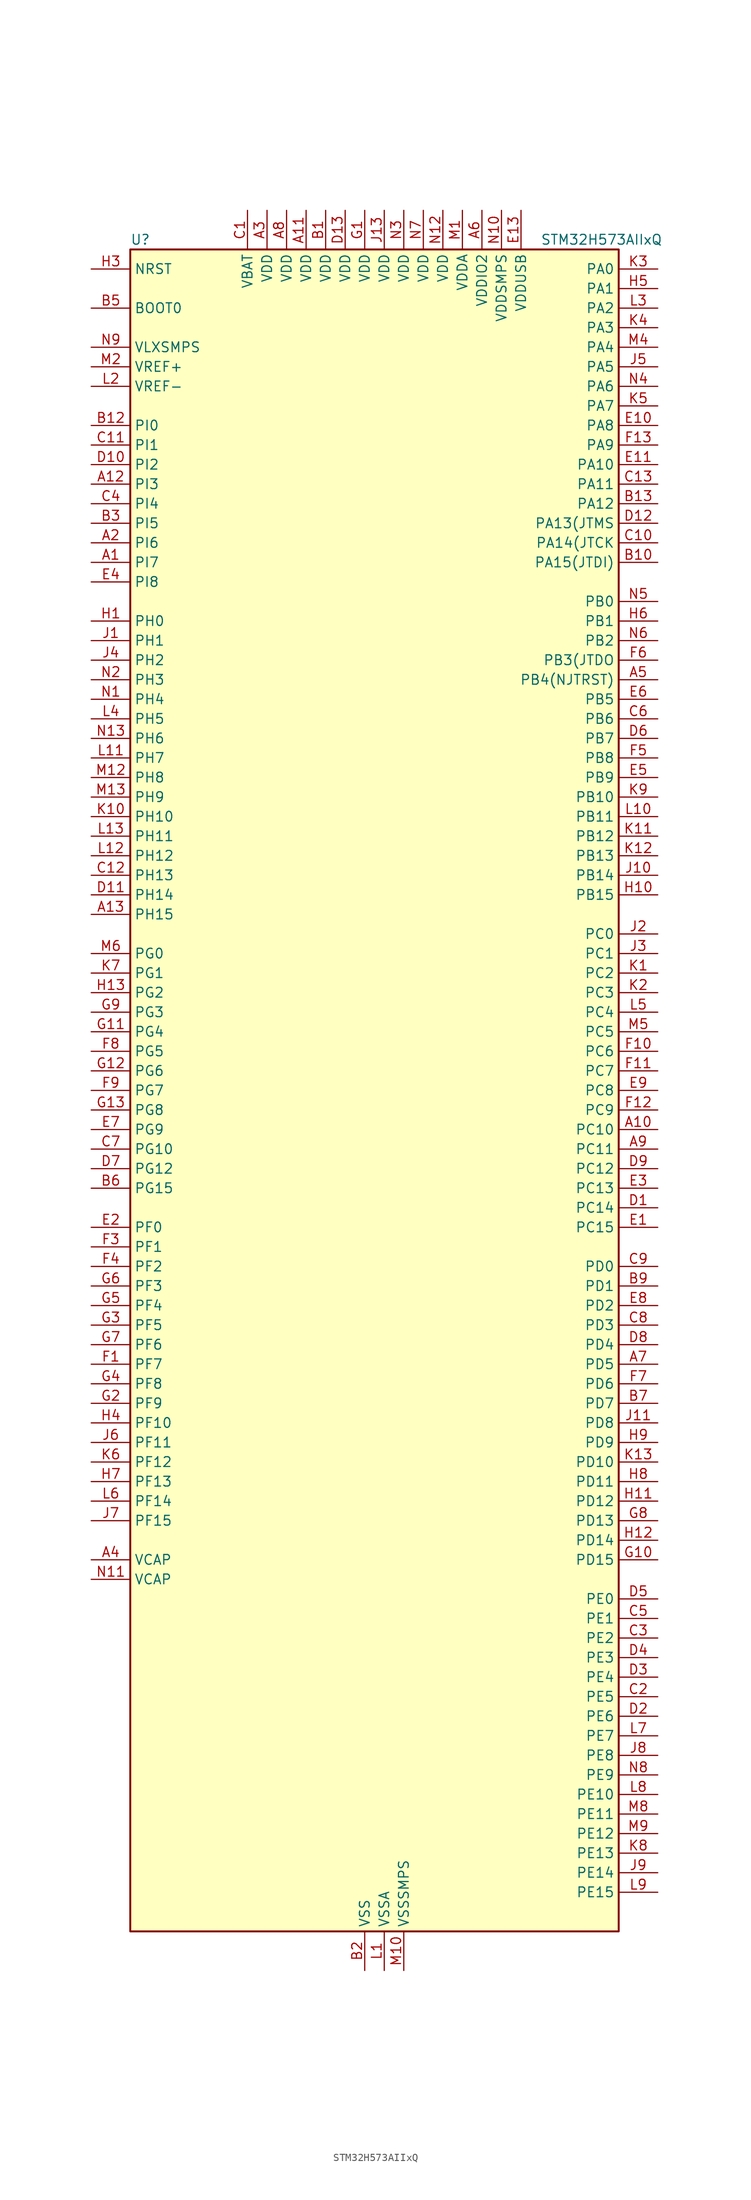
<source format=kicad_sym>
(kicad_symbol_lib
  (version 20231120)
  (generator "kicad-library-utils")
  (generator_version "8.0")
  (symbol "STM32H573AIIxQ"
    (property "Reference" "U"
      (at -30.48 110.49 0)
      (effects (font (size 1.27 1.27)) (justify left)))
    (property "Value" "STM32H573AIIxQ"
      (at 22.86 110.49 0)
      (effects (font (size 1.27 1.27)) (justify left)))
    (symbol "STM32H573AIIxQ_0_1"
      (rectangle (start -30.48 -109.22) (end 33.02 109.22) (stroke (width 0.254) (type default)) (fill (type background))))
    (symbol "STM32H573AIIxQ_1_1"
      (pin bidirectional line (at -35.56 68.58 0) (length 5.08) (name "PI7" (effects (font (size 1.27 1.27)))) (number "A1" (effects (font (size 1.27 1.27)))) (alternate "DCMI_D7" bidirectional line) (alternate "PSSI_D7" bidirectional line) (alternate "SAI2_FS_A" bidirectional line) (alternate "TIM8_CH3" bidirectional line))
      (pin bidirectional line (at 38.1 -5.08 180) (length 5.08) (name "PC10" (effects (font (size 1.27 1.27)))) (number "A10" (effects (font (size 1.27 1.27)))) (alternate "DCMI_D8" bidirectional line) (alternate "ETH_TXD0" bidirectional line) (alternate "I2S3_CK" bidirectional line) (alternate "LPTIM3_ETR" bidirectional line) (alternate "OCTOSPI1_IO1" bidirectional line) (alternate "PSSI_D8" bidirectional line) (alternate "SDMMC1_D2" bidirectional line) (alternate "SPI3_SCK" bidirectional line) (alternate "UART4_TX" bidirectional line) (alternate "USART3_TX" bidirectional line))
      (pin power_in line (at -7.62 114.3 270) (length 5.08) (name "VDD" (effects (font (size 1.27 1.27)))) (number "A11" (effects (font (size 1.27 1.27)))))
      (pin bidirectional line (at -35.56 78.74 0) (length 5.08) (name "PI3" (effects (font (size 1.27 1.27)))) (number "A12" (effects (font (size 1.27 1.27)))) (alternate "DCMI_D10" bidirectional line) (alternate "I2S2_SDO" bidirectional line) (alternate "PSSI_D10" bidirectional line) (alternate "SPI2_MOSI" bidirectional line) (alternate "TIM8_ETR" bidirectional line))
      (pin bidirectional line (at -35.56 22.86 0) (length 5.08) (name "PH15" (effects (font (size 1.27 1.27)))) (number "A13" (effects (font (size 1.27 1.27)))) (alternate "ADC1_EXTI15" bidirectional line) (alternate "ADC2_EXTI15" bidirectional line) (alternate "DCMI_D11" bidirectional line) (alternate "PSSI_D11" bidirectional line) (alternate "TIM8_CH3N" bidirectional line))
      (pin bidirectional line (at -35.56 71.12 0) (length 5.08) (name "PI6" (effects (font (size 1.27 1.27)))) (number "A2" (effects (font (size 1.27 1.27)))) (alternate "DCMI_D6" bidirectional line) (alternate "PSSI_D6" bidirectional line) (alternate "SAI2_SD_A" bidirectional line) (alternate "TIM8_CH2" bidirectional line))
      (pin power_in line (at -12.7 114.3 270) (length 5.08) (name "VDD" (effects (font (size 1.27 1.27)))) (number "A3" (effects (font (size 1.27 1.27)))))
      (pin power_out line (at -35.56 -60.96 0) (length 5.08) (name "VCAP" (effects (font (size 1.27 1.27)))) (number "A4" (effects (font (size 1.27 1.27)))))
      (pin bidirectional line (at 38.1 53.34 180) (length 5.08) (name "PB4(NJTRST)" (effects (font (size 1.27 1.27)))) (number "A5" (effects (font (size 1.27 1.27)))) (alternate "DCMI_D7" bidirectional line) (alternate "DEBUG_JTRST" bidirectional line) (alternate "I2S1_SDI" bidirectional line) (alternate "I2S2_WS" bidirectional line) (alternate "I2S3_SDI" bidirectional line) (alternate "LPTIM1_CH2" bidirectional line) (alternate "OCTOSPI1_CLK" bidirectional line) (alternate "PSSI_D7" bidirectional line) (alternate "SDMMC2_D3" bidirectional line) (alternate "SPI1_MISO" bidirectional line) (alternate "SPI2_NSS" bidirectional line) (alternate "SPI3_MISO" bidirectional line) (alternate "SPI6_MISO" bidirectional line) (alternate "TIM16_BKIN" bidirectional line) (alternate "TIM3_CH1" bidirectional line) (alternate "UART7_TX" bidirectional line))
      (pin power_in line (at 15.24 114.3 270) (length 5.08) (name "VDDIO2" (effects (font (size 1.27 1.27)))) (number "A6" (effects (font (size 1.27 1.27)))))
      (pin bidirectional line (at 38.1 -35.56 180) (length 5.08) (name "PD5" (effects (font (size 1.27 1.27)))) (number "A7" (effects (font (size 1.27 1.27)))) (alternate "FDCAN1_TX" bidirectional line) (alternate "FMC_NWE" bidirectional line) (alternate "OCTOSPI1_IO5" bidirectional line) (alternate "SPI2_RDY" bidirectional line) (alternate "TIM1_CH4N" bidirectional line) (alternate "USART2_TX" bidirectional line))
      (pin power_in line (at -10.16 114.3 270) (length 5.08) (name "VDD" (effects (font (size 1.27 1.27)))) (number "A8" (effects (font (size 1.27 1.27)))))
      (pin bidirectional line (at 38.1 -7.62 180) (length 5.08) (name "PC11" (effects (font (size 1.27 1.27)))) (number "A9" (effects (font (size 1.27 1.27)))) (alternate "ADC1_EXTI11" bidirectional line) (alternate "ADC2_EXTI11" bidirectional line) (alternate "DCMI_D4" bidirectional line) (alternate "I2S3_SDI" bidirectional line) (alternate "LPTIM3_IN1" bidirectional line) (alternate "OCTOSPI1_NCS" bidirectional line) (alternate "PSSI_D4" bidirectional line) (alternate "SDMMC1_D3" bidirectional line) (alternate "SPI3_MISO" bidirectional line) (alternate "UART4_RX" bidirectional line) (alternate "USART3_RX" bidirectional line))
      (pin power_in line (at -5.08 114.3 270) (length 5.08) (name "VDD" (effects (font (size 1.27 1.27)))) (number "B1" (effects (font (size 1.27 1.27)))))
      (pin bidirectional line (at 38.1 68.58 180) (length 5.08) (name "PA15(JTDI)" (effects (font (size 1.27 1.27)))) (number "B10" (effects (font (size 1.27 1.27)))) (alternate "ADC1_EXTI15" bidirectional line) (alternate "ADC2_EXTI15" bidirectional line) (alternate "CEC" bidirectional line) (alternate "DCMI_D11" bidirectional line) (alternate "DEBUG_JTDI" bidirectional line) (alternate "FMC_NBL1" bidirectional line) (alternate "I2S1_WS" bidirectional line) (alternate "I2S3_WS" bidirectional line) (alternate "LPTIM3_IN2" bidirectional line) (alternate "PSSI_D11" bidirectional line) (alternate "SPI1_NSS" bidirectional line) (alternate "SPI3_NSS" bidirectional line) (alternate "SPI6_NSS" bidirectional line) (alternate "TIM2_CH1" bidirectional line) (alternate "TIM2_ETR" bidirectional line) (alternate "UART4_DE" bidirectional line) (alternate "UART4_RTS" bidirectional line) (alternate "UART7_TX" bidirectional line))
      (pin passive line (at 0 -114.3 90) (length 5.08) hide (name "VSS" (effects (font (size 1.27 1.27)))) (number "B11" (effects (font (size 1.27 1.27)))))
      (pin bidirectional line (at -35.56 86.36 0) (length 5.08) (name "PI0" (effects (font (size 1.27 1.27)))) (number "B12" (effects (font (size 1.27 1.27)))) (alternate "DCMI_D13" bidirectional line) (alternate "I2S2_WS" bidirectional line) (alternate "PSSI_D13" bidirectional line) (alternate "SPI2_NSS" bidirectional line) (alternate "TIM5_CH4" bidirectional line))
      (pin bidirectional line (at 38.1 76.2 180) (length 5.08) (name "PA12" (effects (font (size 1.27 1.27)))) (number "B13" (effects (font (size 1.27 1.27)))) (alternate "FDCAN1_TX" bidirectional line) (alternate "I2S2_CK" bidirectional line) (alternate "LPUART1_RTS" bidirectional line) (alternate "SAI2_FS_B" bidirectional line) (alternate "SPI2_SCK" bidirectional line) (alternate "TIM1_ETR" bidirectional line) (alternate "UART4_TX" bidirectional line) (alternate "USART1_RTS" bidirectional line) (alternate "USB_DP" bidirectional line))
      (pin power_in line (at 0 -114.3 90) (length 5.08) (name "VSS" (effects (font (size 1.27 1.27)))) (number "B2" (effects (font (size 1.27 1.27)))))
      (pin bidirectional line (at -35.56 73.66 0) (length 5.08) (name "PI5" (effects (font (size 1.27 1.27)))) (number "B3" (effects (font (size 1.27 1.27)))) (alternate "DCMI_VSYNC" bidirectional line) (alternate "PSSI_RDY" bidirectional line) (alternate "SAI2_SCK_A" bidirectional line) (alternate "TIM8_CH1" bidirectional line))
      (pin passive line (at 0 -114.3 90) (length 5.08) hide (name "VSS" (effects (font (size 1.27 1.27)))) (number "B4" (effects (font (size 1.27 1.27)))))
      (pin input line (at -35.56 101.6 0) (length 5.08) (name "BOOT0" (effects (font (size 1.27 1.27)))) (number "B5" (effects (font (size 1.27 1.27)))))
      (pin bidirectional line (at -35.56 -12.7 0) (length 5.08) (name "PG15" (effects (font (size 1.27 1.27)))) (number "B6" (effects (font (size 1.27 1.27)))) (alternate "ADC1_EXTI15" bidirectional line) (alternate "ADC2_EXTI15" bidirectional line) (alternate "DCMI_D13" bidirectional line) (alternate "FMC_SDNCAS" bidirectional line) (alternate "PSSI_D13" bidirectional line) (alternate "SPI4_RDY" bidirectional line) (alternate "USART10_CK" bidirectional line) (alternate "USART6_CTS" bidirectional line) (alternate "USART6_NSS" bidirectional line))
      (pin bidirectional line (at 38.1 -40.64 180) (length 5.08) (name "PD7" (effects (font (size 1.27 1.27)))) (number "B7" (effects (font (size 1.27 1.27)))) (alternate "FMC_NCE" bidirectional line) (alternate "FMC_NE1" bidirectional line) (alternate "I2S1_SDO" bidirectional line) (alternate "LPTIM4_OUT" bidirectional line) (alternate "OCTOSPI1_IO7" bidirectional line) (alternate "SDMMC2_CMD" bidirectional line) (alternate "SPI1_MOSI" bidirectional line) (alternate "USART2_CK" bidirectional line))
      (pin passive line (at 0 -114.3 90) (length 5.08) hide (name "VSS" (effects (font (size 1.27 1.27)))) (number "B8" (effects (font (size 1.27 1.27)))))
      (pin bidirectional line (at 38.1 -25.4 180) (length 5.08) (name "PD1" (effects (font (size 1.27 1.27)))) (number "B9" (effects (font (size 1.27 1.27)))) (alternate "FDCAN1_TX" bidirectional line) (alternate "FMC_D3" bidirectional line) (alternate "FMC_DA3" bidirectional line) (alternate "UART4_TX" bidirectional line))
      (pin power_in line (at -15.24 114.3 270) (length 5.08) (name "VBAT" (effects (font (size 1.27 1.27)))) (number "C1" (effects (font (size 1.27 1.27)))))
      (pin bidirectional line (at 38.1 71.12 180) (length 5.08) (name "PA14(JTCK" (effects (font (size 1.27 1.27)))) (number "C10" (effects (font (size 1.27 1.27)))) (alternate "DEBUG_JTCK-SWCLK" bidirectional line))
      (pin bidirectional line (at -35.56 83.82 0) (length 5.08) (name "PI1" (effects (font (size 1.27 1.27)))) (number "C11" (effects (font (size 1.27 1.27)))) (alternate "DCMI_D8" bidirectional line) (alternate "I2S2_CK" bidirectional line) (alternate "PSSI_D8" bidirectional line) (alternate "SPI2_SCK" bidirectional line) (alternate "TIM8_BKIN2" bidirectional line))
      (pin bidirectional line (at -35.56 27.94 0) (length 5.08) (name "PH13" (effects (font (size 1.27 1.27)))) (number "C12" (effects (font (size 1.27 1.27)))) (alternate "DCMI_D3" bidirectional line) (alternate "FDCAN1_TX" bidirectional line) (alternate "LPTIM1_IN2" bidirectional line) (alternate "PSSI_D3" bidirectional line) (alternate "TIM8_CH1N" bidirectional line) (alternate "UART4_TX" bidirectional line) (alternate "UART8_TX" bidirectional line))
      (pin bidirectional line (at 38.1 78.74 180) (length 5.08) (name "PA11" (effects (font (size 1.27 1.27)))) (number "C13" (effects (font (size 1.27 1.27)))) (alternate "ADC1_EXTI11" bidirectional line) (alternate "ADC2_EXTI11" bidirectional line) (alternate "FDCAN1_RX" bidirectional line) (alternate "I2S2_WS" bidirectional line) (alternate "LPUART1_CTS" bidirectional line) (alternate "SPI2_NSS" bidirectional line) (alternate "TIM1_CH4" bidirectional line) (alternate "UART4_RX" bidirectional line) (alternate "USART1_CTS" bidirectional line) (alternate "USART1_NSS" bidirectional line) (alternate "USB_DM" bidirectional line))
      (pin bidirectional line (at 38.1 -78.74 180) (length 5.08) (name "PE5" (effects (font (size 1.27 1.27)))) (number "C2" (effects (font (size 1.27 1.27)))) (alternate "DCMI_D6" bidirectional line) (alternate "DEBUG_TRACED2" bidirectional line) (alternate "FMC_A21" bidirectional line) (alternate "PSSI_D6" bidirectional line) (alternate "SAI1_CK2" bidirectional line) (alternate "SAI1_SCK_A" bidirectional line) (alternate "SPI4_MISO" bidirectional line) (alternate "TAMP_IN8" bidirectional line) (alternate "TAMP_OUT7" bidirectional line) (alternate "TIM15_CH1" bidirectional line))
      (pin bidirectional line (at 38.1 -71.12 180) (length 5.08) (name "PE2" (effects (font (size 1.27 1.27)))) (number "C3" (effects (font (size 1.27 1.27)))) (alternate "DCMI_D3" bidirectional line) (alternate "DEBUG_TRACECLK" bidirectional line) (alternate "ETH_TXD3" bidirectional line) (alternate "FMC_A23" bidirectional line) (alternate "LPTIM1_IN2" bidirectional line) (alternate "OCTOSPI1_IO2" bidirectional line) (alternate "PSSI_D3" bidirectional line) (alternate "SAI1_CK1" bidirectional line) (alternate "SAI1_MCLK_A" bidirectional line) (alternate "SPI4_SCK" bidirectional line) (alternate "UART8_TX" bidirectional line) (alternate "USART10_RX" bidirectional line))
      (pin bidirectional line (at -35.56 76.2 0) (length 5.08) (name "PI4" (effects (font (size 1.27 1.27)))) (number "C4" (effects (font (size 1.27 1.27)))) (alternate "DCMI_D5" bidirectional line) (alternate "PSSI_D5" bidirectional line) (alternate "SAI2_MCLK_A" bidirectional line) (alternate "SPI2_RDY" bidirectional line) (alternate "TIM8_BKIN" bidirectional line))
      (pin bidirectional line (at 38.1 -68.58 180) (length 5.08) (name "PE1" (effects (font (size 1.27 1.27)))) (number "C5" (effects (font (size 1.27 1.27)))) (alternate "DCMI_D3" bidirectional line) (alternate "FDCAN1_TX" bidirectional line) (alternate "FMC_NBL1" bidirectional line) (alternate "LPTIM1_IN2" bidirectional line) (alternate "PSSI_D3" bidirectional line) (alternate "UART8_TX" bidirectional line))
      (pin bidirectional line (at 38.1 48.26 180) (length 5.08) (name "PB6" (effects (font (size 1.27 1.27)))) (number "C6" (effects (font (size 1.27 1.27)))) (alternate "CEC" bidirectional line) (alternate "DCMI_D5" bidirectional line) (alternate "FDCAN2_TX" bidirectional line) (alternate "FMC_SDNE1" bidirectional line) (alternate "I2C1_SCL" bidirectional line) (alternate "I2C4_SCL" bidirectional line) (alternate "I3C1_SCL" bidirectional line) (alternate "LPUART1_TX" bidirectional line) (alternate "OCTOSPI1_NCS" bidirectional line) (alternate "PSSI_D5" bidirectional line) (alternate "TIM16_CH1N" bidirectional line) (alternate "TIM4_CH1" bidirectional line) (alternate "UART5_TX" bidirectional line) (alternate "USART1_TX" bidirectional line))
      (pin bidirectional line (at -35.56 -7.62 0) (length 5.08) (name "PG10" (effects (font (size 1.27 1.27)))) (number "C7" (effects (font (size 1.27 1.27)))) (alternate "DCMI_D2" bidirectional line) (alternate "FMC_NE3" bidirectional line) (alternate "I2S1_WS" bidirectional line) (alternate "PSSI_D2" bidirectional line) (alternate "SAI2_SD_B" bidirectional line) (alternate "SDMMC2_D1" bidirectional line) (alternate "SPI1_NSS" bidirectional line))
      (pin bidirectional line (at 38.1 -30.48 180) (length 5.08) (name "PD3" (effects (font (size 1.27 1.27)))) (number "C8" (effects (font (size 1.27 1.27)))) (alternate "DCMI_D5" bidirectional line) (alternate "FMC_CLK" bidirectional line) (alternate "I2S2_CK" bidirectional line) (alternate "PSSI_D5" bidirectional line) (alternate "PWR_WKUP8" bidirectional line) (alternate "SPI2_SCK" bidirectional line) (alternate "USART2_CTS" bidirectional line) (alternate "USART2_NSS" bidirectional line))
      (pin bidirectional line (at 38.1 -22.86 180) (length 5.08) (name "PD0" (effects (font (size 1.27 1.27)))) (number "C9" (effects (font (size 1.27 1.27)))) (alternate "FDCAN1_RX" bidirectional line) (alternate "FMC_D2" bidirectional line) (alternate "FMC_DA2" bidirectional line) (alternate "TIM8_CH4N" bidirectional line) (alternate "UART4_RX" bidirectional line) (alternate "UART9_CTS" bidirectional line))
      (pin bidirectional line (at 38.1 -15.24 180) (length 5.08) (name "PC14" (effects (font (size 1.27 1.27)))) (number "D1" (effects (font (size 1.27 1.27)))) (alternate "RCC_OSC32_IN" bidirectional line))
      (pin bidirectional line (at -35.56 81.28 0) (length 5.08) (name "PI2" (effects (font (size 1.27 1.27)))) (number "D10" (effects (font (size 1.27 1.27)))) (alternate "DCMI_D9" bidirectional line) (alternate "I2S2_SDI" bidirectional line) (alternate "PSSI_D9" bidirectional line) (alternate "SPI2_MISO" bidirectional line) (alternate "TIM8_CH4" bidirectional line))
      (pin bidirectional line (at -35.56 25.4 0) (length 5.08) (name "PH14" (effects (font (size 1.27 1.27)))) (number "D11" (effects (font (size 1.27 1.27)))) (alternate "DCMI_D4" bidirectional line) (alternate "FDCAN1_RX" bidirectional line) (alternate "PSSI_D4" bidirectional line) (alternate "TIM8_CH2N" bidirectional line) (alternate "UART4_RX" bidirectional line))
      (pin bidirectional line (at 38.1 73.66 180) (length 5.08) (name "PA13(JTMS" (effects (font (size 1.27 1.27)))) (number "D12" (effects (font (size 1.27 1.27)))) (alternate "DEBUG_JTMS-SWDIO" bidirectional line))
      (pin power_in line (at -2.54 114.3 270) (length 5.08) (name "VDD" (effects (font (size 1.27 1.27)))) (number "D13" (effects (font (size 1.27 1.27)))))
      (pin bidirectional line (at 38.1 -81.28 180) (length 5.08) (name "PE6" (effects (font (size 1.27 1.27)))) (number "D2" (effects (font (size 1.27 1.27)))) (alternate "DCMI_D7" bidirectional line) (alternate "DEBUG_TRACED3" bidirectional line) (alternate "FMC_A22" bidirectional line) (alternate "PSSI_D7" bidirectional line) (alternate "SAI1_D1" bidirectional line) (alternate "SAI1_SD_A" bidirectional line) (alternate "SAI2_MCLK_B" bidirectional line) (alternate "SPI4_MOSI" bidirectional line) (alternate "TAMP_IN3" bidirectional line) (alternate "TAMP_OUT6" bidirectional line) (alternate "TIM15_CH2" bidirectional line) (alternate "TIM1_BKIN2" bidirectional line))
      (pin bidirectional line (at 38.1 -76.2 180) (length 5.08) (name "PE4" (effects (font (size 1.27 1.27)))) (number "D3" (effects (font (size 1.27 1.27)))) (alternate "DCMI_D4" bidirectional line) (alternate "DEBUG_TRACED1" bidirectional line) (alternate "FMC_A20" bidirectional line) (alternate "PSSI_D4" bidirectional line) (alternate "SAI1_D2" bidirectional line) (alternate "SAI1_FS_A" bidirectional line) (alternate "SPI4_NSS" bidirectional line) (alternate "TAMP_IN7" bidirectional line) (alternate "TAMP_OUT8" bidirectional line) (alternate "TIM15_CH1N" bidirectional line))
      (pin bidirectional line (at 38.1 -73.66 180) (length 5.08) (name "PE3" (effects (font (size 1.27 1.27)))) (number "D4" (effects (font (size 1.27 1.27)))) (alternate "DEBUG_TRACED0" bidirectional line) (alternate "FMC_A19" bidirectional line) (alternate "SAI1_SD_B" bidirectional line) (alternate "TAMP_IN6" bidirectional line) (alternate "TAMP_OUT3" bidirectional line) (alternate "TIM15_BKIN" bidirectional line) (alternate "USART10_TX" bidirectional line))
      (pin bidirectional line (at 38.1 -66.04 180) (length 5.08) (name "PE0" (effects (font (size 1.27 1.27)))) (number "D5" (effects (font (size 1.27 1.27)))) (alternate "DCMI_D2" bidirectional line) (alternate "FDCAN1_RX" bidirectional line) (alternate "FMC_NBL0" bidirectional line) (alternate "LPTIM1_ETR" bidirectional line) (alternate "LPTIM2_CH2" bidirectional line) (alternate "LPTIM2_ETR" bidirectional line) (alternate "PSSI_D2" bidirectional line) (alternate "SAI2_MCLK_A" bidirectional line) (alternate "SPI3_RDY" bidirectional line) (alternate "TIM4_ETR" bidirectional line) (alternate "UART8_RX" bidirectional line))
      (pin bidirectional line (at 38.1 45.72 180) (length 5.08) (name "PB7" (effects (font (size 1.27 1.27)))) (number "D6" (effects (font (size 1.27 1.27)))) (alternate "DCMI_VSYNC" bidirectional line) (alternate "FDCAN1_TX" bidirectional line) (alternate "FMC_NL" bidirectional line) (alternate "I2C1_SDA" bidirectional line) (alternate "I2C4_SDA" bidirectional line) (alternate "I3C1_SDA" bidirectional line) (alternate "LPUART1_RX" bidirectional line) (alternate "PSSI_RDY" bidirectional line) (alternate "PWR_WKUP5" bidirectional line) (alternate "SDMMC2_CKIN" bidirectional line) (alternate "SDMMC2_D5" bidirectional line) (alternate "TIM17_CH1N" bidirectional line) (alternate "TIM4_CH2" bidirectional line) (alternate "USART1_RX" bidirectional line))
      (pin bidirectional line (at -35.56 -10.16 0) (length 5.08) (name "PG12" (effects (font (size 1.27 1.27)))) (number "D7" (effects (font (size 1.27 1.27)))) (alternate "DCMI_D11" bidirectional line) (alternate "ETH_TXD1" bidirectional line) (alternate "FMC_NE4" bidirectional line) (alternate "LPTIM1_IN1" bidirectional line) (alternate "LPTIM5_CH1" bidirectional line) (alternate "PSSI_D11" bidirectional line) (alternate "PSSI_D15" bidirectional line) (alternate "SDMMC2_D3" bidirectional line) (alternate "SPI6_MISO" bidirectional line) (alternate "USART10_TX" bidirectional line) (alternate "USART6_RTS" bidirectional line))
      (pin bidirectional line (at 38.1 -33.02 180) (length 5.08) (name "PD4" (effects (font (size 1.27 1.27)))) (number "D8" (effects (font (size 1.27 1.27)))) (alternate "FMC_NOE" bidirectional line) (alternate "OCTOSPI1_IO4" bidirectional line) (alternate "USART2_RTS" bidirectional line))
      (pin bidirectional line (at 38.1 -10.16 180) (length 5.08) (name "PC12" (effects (font (size 1.27 1.27)))) (number "D9" (effects (font (size 1.27 1.27)))) (alternate "DCMI_D9" bidirectional line) (alternate "DEBUG_TRACED3" bidirectional line) (alternate "I2S3_SDO" bidirectional line) (alternate "PSSI_D9" bidirectional line) (alternate "SDMMC1_CK" bidirectional line) (alternate "SPI3_MOSI" bidirectional line) (alternate "SPI6_SCK" bidirectional line) (alternate "TIM15_CH1" bidirectional line) (alternate "UART5_TX" bidirectional line) (alternate "USART3_CK" bidirectional line))
      (pin bidirectional line (at 38.1 -17.78 180) (length 5.08) (name "PC15" (effects (font (size 1.27 1.27)))) (number "E1" (effects (font (size 1.27 1.27)))) (alternate "ADC1_EXTI15" bidirectional line) (alternate "ADC2_EXTI15" bidirectional line) (alternate "RCC_OSC32_OUT" bidirectional line))
      (pin bidirectional line (at 38.1 86.36 180) (length 5.08) (name "PA8" (effects (font (size 1.27 1.27)))) (number "E10" (effects (font (size 1.27 1.27)))) (alternate "DCMI_D3" bidirectional line) (alternate "FMC_NOE" bidirectional line) (alternate "I2C3_SCL" bidirectional line) (alternate "PSSI_D3" bidirectional line) (alternate "RCC_MCO_1" bidirectional line) (alternate "SPI1_RDY" bidirectional line) (alternate "TIM1_CH1" bidirectional line) (alternate "TIM8_BKIN2" bidirectional line) (alternate "UART7_RX" bidirectional line) (alternate "USART1_CK" bidirectional line) (alternate "USB_SOF" bidirectional line))
      (pin bidirectional line (at 38.1 81.28 180) (length 5.08) (name "PA10" (effects (font (size 1.27 1.27)))) (number "E11" (effects (font (size 1.27 1.27)))) (alternate "DCMI_D1" bidirectional line) (alternate "FDCAN2_TX" bidirectional line) (alternate "LPTIM2_IN2" bidirectional line) (alternate "LPUART1_RX" bidirectional line) (alternate "PSSI_D1" bidirectional line) (alternate "SDMMC1_D0" bidirectional line) (alternate "TIM1_CH3" bidirectional line) (alternate "UCPD1_FRSTX" bidirectional line) (alternate "USART1_RX" bidirectional line))
      (pin passive line (at 0 -114.3 90) (length 5.08) hide (name "VSS" (effects (font (size 1.27 1.27)))) (number "E12" (effects (font (size 1.27 1.27)))))
      (pin power_in line (at 20.32 114.3 270) (length 5.08) (name "VDDUSB" (effects (font (size 1.27 1.27)))) (number "E13" (effects (font (size 1.27 1.27)))))
      (pin bidirectional line (at -35.56 -17.78 0) (length 5.08) (name "PF0" (effects (font (size 1.27 1.27)))) (number "E2" (effects (font (size 1.27 1.27)))) (alternate "FMC_A0" bidirectional line) (alternate "I2C2_SDA" bidirectional line) (alternate "LPTIM5_CH1" bidirectional line))
      (pin bidirectional line (at 38.1 -12.7 180) (length 5.08) (name "PC13" (effects (font (size 1.27 1.27)))) (number "E3" (effects (font (size 1.27 1.27)))) (alternate "PWR_WKUP4" bidirectional line) (alternate "RTC_OUT1" bidirectional line) (alternate "RTC_TS" bidirectional line) (alternate "TAMP_IN1" bidirectional line) (alternate "TAMP_OUT2" bidirectional line) (alternate "TAMP_OUT3" bidirectional line))
      (pin bidirectional line (at -35.56 66.04 0) (length 5.08) (name "PI8" (effects (font (size 1.27 1.27)))) (number "E4" (effects (font (size 1.27 1.27)))) (alternate "PWR_WKUP3" bidirectional line) (alternate "RTC_OUT2" bidirectional line) (alternate "TAMP_IN2" bidirectional line) (alternate "TAMP_OUT3" bidirectional line))
      (pin bidirectional line (at 38.1 40.64 180) (length 5.08) (name "PB9" (effects (font (size 1.27 1.27)))) (number "E5" (effects (font (size 1.27 1.27)))) (alternate "DAC1_EXTI9" bidirectional line) (alternate "DCMI_D7" bidirectional line) (alternate "FDCAN1_TX" bidirectional line) (alternate "I2C1_SDA" bidirectional line) (alternate "I2C4_SDA" bidirectional line) (alternate "I2S2_WS" bidirectional line) (alternate "I3C1_SDA" bidirectional line) (alternate "PSSI_D7" bidirectional line) (alternate "SDMMC1_CDIR" bidirectional line) (alternate "SDMMC1_D5" bidirectional line) (alternate "SDMMC2_CKIN" bidirectional line) (alternate "SDMMC2_D5" bidirectional line) (alternate "SPI2_NSS" bidirectional line) (alternate "TIM17_CH1" bidirectional line) (alternate "TIM4_CH4" bidirectional line) (alternate "UART4_TX" bidirectional line))
      (pin bidirectional line (at 38.1 50.8 180) (length 5.08) (name "PB5" (effects (font (size 1.27 1.27)))) (number "E6" (effects (font (size 1.27 1.27)))) (alternate "DCMI_D10" bidirectional line) (alternate "ETH_PPS_OUT" bidirectional line) (alternate "FDCAN2_RX" bidirectional line) (alternate "FMC_SDCKE1" bidirectional line) (alternate "I2C1_SMBA" bidirectional line) (alternate "I2C4_SMBA" bidirectional line) (alternate "I2S1_SDO" bidirectional line) (alternate "I2S3_SDO" bidirectional line) (alternate "OCTOSPI1_NCLK" bidirectional line) (alternate "PSSI_D10" bidirectional line) (alternate "SPI1_MOSI" bidirectional line) (alternate "SPI3_MOSI" bidirectional line) (alternate "SPI6_MOSI" bidirectional line) (alternate "TIM17_BKIN" bidirectional line) (alternate "TIM3_CH2" bidirectional line) (alternate "UART5_RX" bidirectional line))
      (pin bidirectional line (at -35.56 -5.08 0) (length 5.08) (name "PG9" (effects (font (size 1.27 1.27)))) (number "E7" (effects (font (size 1.27 1.27)))) (alternate "DAC1_EXTI9" bidirectional line) (alternate "DCMI_VSYNC" bidirectional line) (alternate "FMC_NCE" bidirectional line) (alternate "FMC_NE2" bidirectional line) (alternate "I2S1_SDI" bidirectional line) (alternate "OCTOSPI1_IO6" bidirectional line) (alternate "PSSI_RDY" bidirectional line) (alternate "SAI2_FS_B" bidirectional line) (alternate "SDMMC2_D0" bidirectional line) (alternate "SPI1_MISO" bidirectional line) (alternate "USART6_RX" bidirectional line))
      (pin bidirectional line (at 38.1 -27.94 180) (length 5.08) (name "PD2" (effects (font (size 1.27 1.27)))) (number "E8" (effects (font (size 1.27 1.27)))) (alternate "DCMI_D11" bidirectional line) (alternate "DEBUG_TRACED2" bidirectional line) (alternate "LPTIM4_ETR" bidirectional line) (alternate "PSSI_D11" bidirectional line) (alternate "PWR_WKUP7" bidirectional line) (alternate "SDMMC1_CMD" bidirectional line) (alternate "TIM15_BKIN" bidirectional line) (alternate "TIM3_ETR" bidirectional line) (alternate "UART5_RX" bidirectional line))
      (pin bidirectional line (at 38.1 0 180) (length 5.08) (name "PC8" (effects (font (size 1.27 1.27)))) (number "E9" (effects (font (size 1.27 1.27)))) (alternate "DCMI_D2" bidirectional line) (alternate "DEBUG_TRACED1" bidirectional line) (alternate "FMC_ALE" bidirectional line) (alternate "FMC_INT" bidirectional line) (alternate "FMC_NCE" bidirectional line) (alternate "FMC_NE2" bidirectional line) (alternate "PSSI_D2" bidirectional line) (alternate "SDMMC1_D0" bidirectional line) (alternate "TIM3_CH3" bidirectional line) (alternate "TIM8_CH3" bidirectional line) (alternate "UART5_DE" bidirectional line) (alternate "UART5_RTS" bidirectional line) (alternate "USART6_CK" bidirectional line))
      (pin bidirectional line (at -35.56 -35.56 0) (length 5.08) (name "PF7" (effects (font (size 1.27 1.27)))) (number "F1" (effects (font (size 1.27 1.27)))) (alternate "LPTIM5_CH2" bidirectional line) (alternate "OCTOSPI1_IO2" bidirectional line) (alternate "SAI1_MCLK_B" bidirectional line) (alternate "SPI5_SCK" bidirectional line) (alternate "TIM17_CH1" bidirectional line) (alternate "UART7_TX" bidirectional line))
      (pin bidirectional line (at 38.1 5.08 180) (length 5.08) (name "PC6" (effects (font (size 1.27 1.27)))) (number "F10" (effects (font (size 1.27 1.27)))) (alternate "DCMI_D0" bidirectional line) (alternate "FMC_NWAIT" bidirectional line) (alternate "I2S2_MCK" bidirectional line) (alternate "OCTOSPI1_IO5" bidirectional line) (alternate "PSSI_D0" bidirectional line) (alternate "SAI1_SCK_A" bidirectional line) (alternate "SDMMC1_D0DIR" bidirectional line) (alternate "SDMMC1_D6" bidirectional line) (alternate "SDMMC2_D6" bidirectional line) (alternate "TIM3_CH1" bidirectional line) (alternate "TIM8_CH1" bidirectional line) (alternate "USART6_TX" bidirectional line))
      (pin bidirectional line (at 38.1 2.54 180) (length 5.08) (name "PC7" (effects (font (size 1.27 1.27)))) (number "F11" (effects (font (size 1.27 1.27)))) (alternate "DCMI_D1" bidirectional line) (alternate "DEBUG_TRGIO" bidirectional line) (alternate "FMC_NE1" bidirectional line) (alternate "I2S3_MCK" bidirectional line) (alternate "OCTOSPI1_IO6" bidirectional line) (alternate "PSSI_D1" bidirectional line) (alternate "SDMMC1_D123DIR" bidirectional line) (alternate "SDMMC1_D7" bidirectional line) (alternate "SDMMC2_D7" bidirectional line) (alternate "TIM3_CH2" bidirectional line) (alternate "TIM8_CH2" bidirectional line) (alternate "USART6_RX" bidirectional line))
      (pin bidirectional line (at 38.1 -2.54 180) (length 5.08) (name "PC9" (effects (font (size 1.27 1.27)))) (number "F12" (effects (font (size 1.27 1.27)))) (alternate "AUDIOCLK" bidirectional line) (alternate "DAC1_EXTI9" bidirectional line) (alternate "DCMI_D3" bidirectional line) (alternate "FMC_CLE" bidirectional line) (alternate "I2C3_SDA" bidirectional line) (alternate "OCTOSPI1_IO0" bidirectional line) (alternate "PSSI_D3" bidirectional line) (alternate "RCC_MCO_2" bidirectional line) (alternate "SDMMC1_D1" bidirectional line) (alternate "TIM3_CH4" bidirectional line) (alternate "TIM8_CH4" bidirectional line) (alternate "UART5_CTS" bidirectional line) (alternate "UCPD1_DB2" bidirectional line))
      (pin bidirectional line (at 38.1 83.82 180) (length 5.08) (name "PA9" (effects (font (size 1.27 1.27)))) (number "F13" (effects (font (size 1.27 1.27)))) (alternate "DAC1_EXTI9" bidirectional line) (alternate "DCMI_D0" bidirectional line) (alternate "ETH_TX_ER" bidirectional line) (alternate "FMC_NWE" bidirectional line) (alternate "I2C3_SMBA" bidirectional line) (alternate "I2S2_CK" bidirectional line) (alternate "LPUART1_TX" bidirectional line) (alternate "PSSI_D0" bidirectional line) (alternate "SPI2_SCK" bidirectional line) (alternate "TIM1_CH2" bidirectional line) (alternate "UCPD1_DB1" bidirectional line) (alternate "USART1_TX" bidirectional line))
      (pin passive line (at 0 -114.3 90) (length 5.08) hide (name "VSS" (effects (font (size 1.27 1.27)))) (number "F2" (effects (font (size 1.27 1.27)))))
      (pin bidirectional line (at -35.56 -20.32 0) (length 5.08) (name "PF1" (effects (font (size 1.27 1.27)))) (number "F3" (effects (font (size 1.27 1.27)))) (alternate "FMC_A1" bidirectional line) (alternate "I2C2_SCL" bidirectional line) (alternate "LPTIM5_CH2" bidirectional line))
      (pin bidirectional line (at -35.56 -22.86 0) (length 5.08) (name "PF2" (effects (font (size 1.27 1.27)))) (number "F4" (effects (font (size 1.27 1.27)))) (alternate "FMC_A2" bidirectional line) (alternate "I2C2_SMBA" bidirectional line) (alternate "LPTIM3_CH2" bidirectional line) (alternate "LPTIM3_IN2" bidirectional line) (alternate "LPTIM5_IN1" bidirectional line) (alternate "UART12_TX" bidirectional line) (alternate "USART11_CK" bidirectional line))
      (pin bidirectional line (at 38.1 43.18 180) (length 5.08) (name "PB8" (effects (font (size 1.27 1.27)))) (number "F5" (effects (font (size 1.27 1.27)))) (alternate "DCMI_D6" bidirectional line) (alternate "ETH_TXD3" bidirectional line) (alternate "FDCAN1_RX" bidirectional line) (alternate "I2C1_SCL" bidirectional line) (alternate "I2C4_SCL" bidirectional line) (alternate "I3C1_SCL" bidirectional line) (alternate "PSSI_D6" bidirectional line) (alternate "SDMMC1_CKIN" bidirectional line) (alternate "SDMMC1_D4" bidirectional line) (alternate "SDMMC2_D4" bidirectional line) (alternate "SPI4_RDY" bidirectional line) (alternate "TIM16_CH1" bidirectional line) (alternate "TIM4_CH3" bidirectional line) (alternate "UART4_RX" bidirectional line))
      (pin bidirectional line (at 38.1 55.88 180) (length 5.08) (name "PB3(JTDO" (effects (font (size 1.27 1.27)))) (number "F6" (effects (font (size 1.27 1.27)))) (alternate "CRS_SYNC" bidirectional line) (alternate "DEBUG_JTDO-SWO" bidirectional line) (alternate "I2C2_SDA" bidirectional line) (alternate "I2S1_CK" bidirectional line) (alternate "I2S3_CK" bidirectional line) (alternate "LPTIM6_ETR" bidirectional line) (alternate "SDMMC2_D2" bidirectional line) (alternate "SPI1_SCK" bidirectional line) (alternate "SPI3_SCK" bidirectional line) (alternate "SPI6_SCK" bidirectional line) (alternate "TIM2_CH2" bidirectional line) (alternate "UART12_CTS" bidirectional line) (alternate "UART7_RX" bidirectional line))
      (pin bidirectional line (at 38.1 -38.1 180) (length 5.08) (name "PD6" (effects (font (size 1.27 1.27)))) (number "F7" (effects (font (size 1.27 1.27)))) (alternate "DCMI_D10" bidirectional line) (alternate "FMC_NWAIT" bidirectional line) (alternate "I2S3_SDO" bidirectional line) (alternate "OCTOSPI1_IO6" bidirectional line) (alternate "PSSI_D10" bidirectional line) (alternate "SAI1_D1" bidirectional line) (alternate "SAI1_SD_A" bidirectional line) (alternate "SDMMC2_CK" bidirectional line) (alternate "SPI3_MOSI" bidirectional line) (alternate "USART2_RX" bidirectional line))
      (pin bidirectional line (at -35.56 5.08 0) (length 5.08) (name "PG5" (effects (font (size 1.27 1.27)))) (number "F8" (effects (font (size 1.27 1.27)))) (alternate "FMC_A15" bidirectional line) (alternate "FMC_BA1" bidirectional line) (alternate "TIM1_ETR" bidirectional line))
      (pin bidirectional line (at -35.56 0 0) (length 5.08) (name "PG7" (effects (font (size 1.27 1.27)))) (number "F9" (effects (font (size 1.27 1.27)))) (alternate "DCMI_D13" bidirectional line) (alternate "FMC_INT" bidirectional line) (alternate "I2C4_SCL" bidirectional line) (alternate "I3C1_SCL" bidirectional line) (alternate "PSSI_D13" bidirectional line) (alternate "SAI1_CK2" bidirectional line) (alternate "SAI1_MCLK_A" bidirectional line) (alternate "UCPD1_FRSTX" bidirectional line) (alternate "USART6_CK" bidirectional line))
      (pin power_in line (at 0 114.3 270) (length 5.08) (name "VDD" (effects (font (size 1.27 1.27)))) (number "G1" (effects (font (size 1.27 1.27)))))
      (pin bidirectional line (at 38.1 -60.96 180) (length 5.08) (name "PD15" (effects (font (size 1.27 1.27)))) (number "G10" (effects (font (size 1.27 1.27)))) (alternate "ADC1_EXTI15" bidirectional line) (alternate "ADC2_EXTI15" bidirectional line) (alternate "FMC_D1" bidirectional line) (alternate "FMC_DA1" bidirectional line) (alternate "TIM4_CH4" bidirectional line) (alternate "UART8_RTS" bidirectional line) (alternate "UART9_TX" bidirectional line))
      (pin bidirectional line (at -35.56 7.62 0) (length 5.08) (name "PG4" (effects (font (size 1.27 1.27)))) (number "G11" (effects (font (size 1.27 1.27)))) (alternate "FMC_A14" bidirectional line) (alternate "FMC_BA0" bidirectional line) (alternate "LPTIM4_ETR" bidirectional line) (alternate "TIM1_BKIN2" bidirectional line))
      (pin bidirectional line (at -35.56 2.54 0) (length 5.08) (name "PG6" (effects (font (size 1.27 1.27)))) (number "G12" (effects (font (size 1.27 1.27)))) (alternate "DCMI_D12" bidirectional line) (alternate "FMC_NE3" bidirectional line) (alternate "I2C4_SDA" bidirectional line) (alternate "I3C1_SDA" bidirectional line) (alternate "OCTOSPI1_NCS" bidirectional line) (alternate "PSSI_D12" bidirectional line) (alternate "SPI1_RDY" bidirectional line) (alternate "TIM17_BKIN" bidirectional line) (alternate "UCPD1_FRSTX" bidirectional line))
      (pin bidirectional line (at -35.56 -2.54 0) (length 5.08) (name "PG8" (effects (font (size 1.27 1.27)))) (number "G13" (effects (font (size 1.27 1.27)))) (alternate "ETH_PPS_OUT" bidirectional line) (alternate "FMC_SDCLK" bidirectional line) (alternate "SPI6_NSS" bidirectional line) (alternate "TIM8_ETR" bidirectional line) (alternate "USART6_RTS" bidirectional line))
      (pin bidirectional line (at -35.56 -40.64 0) (length 5.08) (name "PF9" (effects (font (size 1.27 1.27)))) (number "G2" (effects (font (size 1.27 1.27)))) (alternate "DAC1_EXTI9" bidirectional line) (alternate "LPTIM5_IN2" bidirectional line) (alternate "OCTOSPI1_IO1" bidirectional line) (alternate "SAI1_FS_B" bidirectional line) (alternate "SPI5_MOSI" bidirectional line) (alternate "TIM14_CH1" bidirectional line) (alternate "TIM17_CH1N" bidirectional line) (alternate "UART7_CTS" bidirectional line))
      (pin bidirectional line (at -35.56 -30.48 0) (length 5.08) (name "PF5" (effects (font (size 1.27 1.27)))) (number "G3" (effects (font (size 1.27 1.27)))) (alternate "FMC_A5" bidirectional line) (alternate "I2C4_SCL" bidirectional line) (alternate "I3C1_SCL" bidirectional line) (alternate "LPTIM3_CH1" bidirectional line) (alternate "LPTIM3_IN1" bidirectional line) (alternate "UART12_RX" bidirectional line) (alternate "USART11_CTS" bidirectional line) (alternate "USART11_NSS" bidirectional line))
      (pin bidirectional line (at -35.56 -38.1 0) (length 5.08) (name "PF8" (effects (font (size 1.27 1.27)))) (number "G4" (effects (font (size 1.27 1.27)))) (alternate "LPTIM5_IN1" bidirectional line) (alternate "OCTOSPI1_IO0" bidirectional line) (alternate "SAI1_SCK_B" bidirectional line) (alternate "SPI5_MISO" bidirectional line) (alternate "TIM13_CH1" bidirectional line) (alternate "TIM16_CH1N" bidirectional line) (alternate "UART7_RTS" bidirectional line))
      (pin bidirectional line (at -35.56 -27.94 0) (length 5.08) (name "PF4" (effects (font (size 1.27 1.27)))) (number "G5" (effects (font (size 1.27 1.27)))) (alternate "FMC_A4" bidirectional line) (alternate "LPTIM3_ETR" bidirectional line) (alternate "USART11_RX" bidirectional line))
      (pin bidirectional line (at -35.56 -25.4 0) (length 5.08) (name "PF3" (effects (font (size 1.27 1.27)))) (number "G6" (effects (font (size 1.27 1.27)))) (alternate "FMC_A3" bidirectional line) (alternate "LPTIM3_IN1" bidirectional line) (alternate "LPTIM5_IN2" bidirectional line) (alternate "USART11_TX" bidirectional line))
      (pin bidirectional line (at -35.56 -33.02 0) (length 5.08) (name "PF6" (effects (font (size 1.27 1.27)))) (number "G7" (effects (font (size 1.27 1.27)))) (alternate "LPTIM5_CH1" bidirectional line) (alternate "OCTOSPI1_IO3" bidirectional line) (alternate "SAI1_SD_B" bidirectional line) (alternate "SPI5_NSS" bidirectional line) (alternate "TIM16_CH1" bidirectional line) (alternate "UART7_RX" bidirectional line))
      (pin bidirectional line (at 38.1 -55.88 180) (length 5.08) (name "PD13" (effects (font (size 1.27 1.27)))) (number "G8" (effects (font (size 1.27 1.27)))) (alternate "DCMI_D13" bidirectional line) (alternate "FMC_A18" bidirectional line) (alternate "I2C4_SDA" bidirectional line) (alternate "I3C1_SDA" bidirectional line) (alternate "LPTIM1_CH1" bidirectional line) (alternate "LPTIM2_CH1" bidirectional line) (alternate "LPTIM4_IN1" bidirectional line) (alternate "OCTOSPI1_IO3" bidirectional line) (alternate "PSSI_D13" bidirectional line) (alternate "SAI2_SCK_A" bidirectional line) (alternate "TIM4_CH2" bidirectional line) (alternate "UART9_RTS" bidirectional line))
      (pin bidirectional line (at -35.56 10.16 0) (length 5.08) (name "PG3" (effects (font (size 1.27 1.27)))) (number "G9" (effects (font (size 1.27 1.27)))) (alternate "FMC_A13" bidirectional line) (alternate "LPTIM5_ETR" bidirectional line) (alternate "TIM8_BKIN2" bidirectional line) (alternate "UART12_TX" bidirectional line))
      (pin bidirectional line (at -35.56 60.96 0) (length 5.08) (name "PH0" (effects (font (size 1.27 1.27)))) (number "H1" (effects (font (size 1.27 1.27)))) (alternate "RCC_OSC_IN" bidirectional line))
      (pin bidirectional line (at 38.1 25.4 180) (length 5.08) (name "PB15" (effects (font (size 1.27 1.27)))) (number "H10" (effects (font (size 1.27 1.27)))) (alternate "ADC1_EXTI15" bidirectional line) (alternate "ADC2_EXTI15" bidirectional line) (alternate "DCMI_D2" bidirectional line) (alternate "ETH_TXD1" bidirectional line) (alternate "I2S2_SDO" bidirectional line) (alternate "OCTOSPI1_CLK" bidirectional line) (alternate "PSSI_D2" bidirectional line) (alternate "PWR_PVD_IN" bidirectional line) (alternate "RTC_REFIN" bidirectional line) (alternate "SDMMC2_D1" bidirectional line) (alternate "SPI2_MOSI" bidirectional line) (alternate "TIM12_CH2" bidirectional line) (alternate "TIM1_CH3N" bidirectional line) (alternate "TIM8_CH3N" bidirectional line) (alternate "UART4_CTS" bidirectional line) (alternate "UART5_RX" bidirectional line) (alternate "USART11_CTS" bidirectional line) (alternate "USART11_NSS" bidirectional line) (alternate "USART1_RX" bidirectional line))
      (pin bidirectional line (at 38.1 -53.34 180) (length 5.08) (name "PD12" (effects (font (size 1.27 1.27)))) (number "H11" (effects (font (size 1.27 1.27)))) (alternate "DCMI_D12" bidirectional line) (alternate "FMC_A17" bidirectional line) (alternate "FMC_ALE" bidirectional line) (alternate "I2C4_SCL" bidirectional line) (alternate "I3C1_SCL" bidirectional line) (alternate "LPTIM1_IN1" bidirectional line) (alternate "LPTIM2_IN1" bidirectional line) (alternate "OCTOSPI1_IO1" bidirectional line) (alternate "PSSI_D12" bidirectional line) (alternate "SAI1_D1" bidirectional line) (alternate "SAI2_FS_A" bidirectional line) (alternate "TIM4_CH1" bidirectional line) (alternate "UART4_TX" bidirectional line) (alternate "USART3_RTS" bidirectional line))
      (pin bidirectional line (at 38.1 -58.42 180) (length 5.08) (name "PD14" (effects (font (size 1.27 1.27)))) (number "H12" (effects (font (size 1.27 1.27)))) (alternate "FMC_D0" bidirectional line) (alternate "FMC_DA0" bidirectional line) (alternate "TIM4_CH3" bidirectional line) (alternate "UART8_CTS" bidirectional line) (alternate "UART9_RX" bidirectional line))
      (pin bidirectional line (at -35.56 12.7 0) (length 5.08) (name "PG2" (effects (font (size 1.27 1.27)))) (number "H13" (effects (font (size 1.27 1.27)))) (alternate "FMC_A12" bidirectional line) (alternate "LPTIM6_ETR" bidirectional line) (alternate "TIM8_BKIN" bidirectional line) (alternate "UART12_RX" bidirectional line))
      (pin passive line (at 0 -114.3 90) (length 5.08) hide (name "VSS" (effects (font (size 1.27 1.27)))) (number "H2" (effects (font (size 1.27 1.27)))))
      (pin input line (at -35.56 106.68 0) (length 5.08) (name "NRST" (effects (font (size 1.27 1.27)))) (number "H3" (effects (font (size 1.27 1.27)))))
      (pin bidirectional line (at -35.56 -43.18 0) (length 5.08) (name "PF10" (effects (font (size 1.27 1.27)))) (number "H4" (effects (font (size 1.27 1.27)))) (alternate "DCMI_D11" bidirectional line) (alternate "OCTOSPI1_CLK" bidirectional line) (alternate "PSSI_D11" bidirectional line) (alternate "PSSI_D15" bidirectional line) (alternate "SAI1_D3" bidirectional line) (alternate "TIM16_BKIN" bidirectional line))
      (pin bidirectional line (at 38.1 104.14 180) (length 5.08) (name "PA1" (effects (font (size 1.27 1.27)))) (number "H5" (effects (font (size 1.27 1.27)))) (alternate "ADC1_INP1" bidirectional line) (alternate "ADC2_INP1" bidirectional line) (alternate "ETH_REF_CLK" bidirectional line) (alternate "ETH_RX_CLK" bidirectional line) (alternate "LPTIM1_IN1" bidirectional line) (alternate "OCTOSPI1_DQS" bidirectional line) (alternate "OCTOSPI1_IO3" bidirectional line) (alternate "SAI2_MCLK_B" bidirectional line) (alternate "TAMP_IN5" bidirectional line) (alternate "TAMP_OUT4" bidirectional line) (alternate "TIM15_CH1N" bidirectional line) (alternate "TIM2_CH2" bidirectional line) (alternate "TIM5_CH2" bidirectional line) (alternate "UART4_RX" bidirectional line) (alternate "USART2_RTS" bidirectional line))
      (pin bidirectional line (at 38.1 60.96 180) (length 5.08) (name "PB1" (effects (font (size 1.27 1.27)))) (number "H6" (effects (font (size 1.27 1.27)))) (alternate "ADC1_INP5" bidirectional line) (alternate "ADC2_INP5" bidirectional line) (alternate "ETH_RXD3" bidirectional line) (alternate "LPTIM3_CH2" bidirectional line) (alternate "OCTOSPI1_IO0" bidirectional line) (alternate "TIM1_CH3N" bidirectional line) (alternate "TIM3_CH4" bidirectional line) (alternate "TIM8_CH3N" bidirectional line))
      (pin bidirectional line (at -35.56 -50.8 0) (length 5.08) (name "PF13" (effects (font (size 1.27 1.27)))) (number "H7" (effects (font (size 1.27 1.27)))) (alternate "ADC2_INP2" bidirectional line) (alternate "FMC_A7" bidirectional line) (alternate "I2C4_SMBA" bidirectional line) (alternate "LPTIM6_IN1" bidirectional line))
      (pin bidirectional line (at 38.1 -50.8 180) (length 5.08) (name "PD11" (effects (font (size 1.27 1.27)))) (number "H8" (effects (font (size 1.27 1.27)))) (alternate "ADC1_EXTI11" bidirectional line) (alternate "ADC2_EXTI11" bidirectional line) (alternate "FMC_A16" bidirectional line) (alternate "FMC_CLE" bidirectional line) (alternate "I2C4_SMBA" bidirectional line) (alternate "LPTIM2_IN2" bidirectional line) (alternate "OCTOSPI1_IO0" bidirectional line) (alternate "SAI1_CK1" bidirectional line) (alternate "SAI2_SD_A" bidirectional line) (alternate "UART4_RX" bidirectional line) (alternate "USART3_CTS" bidirectional line) (alternate "USART3_NSS" bidirectional line))
      (pin bidirectional line (at 38.1 -45.72 180) (length 5.08) (name "PD9" (effects (font (size 1.27 1.27)))) (number "H9" (effects (font (size 1.27 1.27)))) (alternate "DAC1_EXTI9" bidirectional line) (alternate "FDCAN2_RX" bidirectional line) (alternate "FMC_D14" bidirectional line) (alternate "FMC_DA14" bidirectional line) (alternate "USART3_RX" bidirectional line))
      (pin bidirectional line (at -35.56 58.42 0) (length 5.08) (name "PH1" (effects (font (size 1.27 1.27)))) (number "J1" (effects (font (size 1.27 1.27)))) (alternate "RCC_OSC_OUT" bidirectional line))
      (pin bidirectional line (at 38.1 27.94 180) (length 5.08) (name "PB14" (effects (font (size 1.27 1.27)))) (number "J10" (effects (font (size 1.27 1.27)))) (alternate "I2S2_SDI" bidirectional line) (alternate "LPTIM3_ETR" bidirectional line) (alternate "SDMMC2_D0" bidirectional line) (alternate "SPI2_MISO" bidirectional line) (alternate "TIM12_CH1" bidirectional line) (alternate "TIM1_CH2N" bidirectional line) (alternate "TIM8_CH2N" bidirectional line) (alternate "UART4_DE" bidirectional line) (alternate "UART4_RTS" bidirectional line) (alternate "UCPD1_CC2" bidirectional line) (alternate "USART1_TX" bidirectional line) (alternate "USART3_RTS" bidirectional line))
      (pin bidirectional line (at 38.1 -43.18 180) (length 5.08) (name "PD8" (effects (font (size 1.27 1.27)))) (number "J11" (effects (font (size 1.27 1.27)))) (alternate "FMC_D13" bidirectional line) (alternate "FMC_DA13" bidirectional line) (alternate "USART3_TX" bidirectional line))
      (pin passive line (at 0 -114.3 90) (length 5.08) hide (name "VSS" (effects (font (size 1.27 1.27)))) (number "J12" (effects (font (size 1.27 1.27)))))
      (pin power_in line (at 2.54 114.3 270) (length 5.08) (name "VDD" (effects (font (size 1.27 1.27)))) (number "J13" (effects (font (size 1.27 1.27)))))
      (pin bidirectional line (at 38.1 20.32 180) (length 5.08) (name "PC0" (effects (font (size 1.27 1.27)))) (number "J2" (effects (font (size 1.27 1.27)))) (alternate "ADC1_INP10" bidirectional line) (alternate "ADC2_INP10" bidirectional line) (alternate "FMC_A25" bidirectional line) (alternate "FMC_SDNWE" bidirectional line) (alternate "OCTOSPI1_IO7" bidirectional line) (alternate "SAI1_MCLK_A" bidirectional line) (alternate "SAI2_FS_B" bidirectional line) (alternate "SPI2_RDY" bidirectional line) (alternate "TIM16_BKIN" bidirectional line))
      (pin bidirectional line (at 38.1 17.78 180) (length 5.08) (name "PC1" (effects (font (size 1.27 1.27)))) (number "J3" (effects (font (size 1.27 1.27)))) (alternate "ADC1_INN10" bidirectional line) (alternate "ADC1_INP11" bidirectional line) (alternate "ADC2_INN10" bidirectional line) (alternate "ADC2_INP11" bidirectional line) (alternate "DEBUG_TRACED0" bidirectional line) (alternate "ETH_MDC" bidirectional line) (alternate "I2S2_SDO" bidirectional line) (alternate "OCTOSPI1_IO4" bidirectional line) (alternate "PWR_WKUP6" bidirectional line) (alternate "SAI1_D1" bidirectional line) (alternate "SAI1_SD_A" bidirectional line) (alternate "SAI2_SD_A" bidirectional line) (alternate "SDMMC2_CK" bidirectional line) (alternate "SPI2_MOSI" bidirectional line) (alternate "TAMP_IN3" bidirectional line) (alternate "TAMP_OUT5" bidirectional line) (alternate "USART11_RTS" bidirectional line))
      (pin bidirectional line (at -35.56 55.88 0) (length 5.08) (name "PH2" (effects (font (size 1.27 1.27)))) (number "J4" (effects (font (size 1.27 1.27)))) (alternate "ETH_CRS" bidirectional line) (alternate "FMC_SDCKE0" bidirectional line) (alternate "LPTIM1_IN2" bidirectional line) (alternate "OCTOSPI1_IO4" bidirectional line) (alternate "SAI2_SCK_B" bidirectional line))
      (pin bidirectional line (at 38.1 93.98 180) (length 5.08) (name "PA5" (effects (font (size 1.27 1.27)))) (number "J5" (effects (font (size 1.27 1.27)))) (alternate "ADC1_INN18" bidirectional line) (alternate "ADC1_INP19" bidirectional line) (alternate "ADC2_INN18" bidirectional line) (alternate "ADC2_INP19" bidirectional line) (alternate "DAC1_OUT2" bidirectional line) (alternate "ETH_TX_EN" bidirectional line) (alternate "I2S1_CK" bidirectional line) (alternate "PSSI_D14" bidirectional line) (alternate "SPI1_SCK" bidirectional line) (alternate "SPI6_SCK" bidirectional line) (alternate "TIM2_CH1" bidirectional line) (alternate "TIM2_ETR" bidirectional line) (alternate "TIM8_CH1N" bidirectional line))
      (pin bidirectional line (at -35.56 -45.72 0) (length 5.08) (name "PF11" (effects (font (size 1.27 1.27)))) (number "J6" (effects (font (size 1.27 1.27)))) (alternate "ADC1_EXTI11" bidirectional line) (alternate "ADC1_INP2" bidirectional line) (alternate "ADC2_EXTI11" bidirectional line) (alternate "DCMI_D12" bidirectional line) (alternate "FMC_SDNRAS" bidirectional line) (alternate "LPTIM6_CH1" bidirectional line) (alternate "OCTOSPI1_NCLK" bidirectional line) (alternate "PSSI_D12" bidirectional line) (alternate "SAI2_SD_B" bidirectional line) (alternate "SPI5_MOSI" bidirectional line))
      (pin bidirectional line (at -35.56 -55.88 0) (length 5.08) (name "PF15" (effects (font (size 1.27 1.27)))) (number "J7" (effects (font (size 1.27 1.27)))) (alternate "ADC1_EXTI15" bidirectional line) (alternate "ADC2_EXTI15" bidirectional line) (alternate "FMC_A9" bidirectional line) (alternate "I2C4_SDA" bidirectional line) (alternate "I3C1_SDA" bidirectional line))
      (pin bidirectional line (at 38.1 -86.36 180) (length 5.08) (name "PE8" (effects (font (size 1.27 1.27)))) (number "J8" (effects (font (size 1.27 1.27)))) (alternate "FMC_D5" bidirectional line) (alternate "FMC_DA5" bidirectional line) (alternate "OCTOSPI1_IO5" bidirectional line) (alternate "TIM1_CH1N" bidirectional line) (alternate "UART12_CTS" bidirectional line) (alternate "UART7_TX" bidirectional line))
      (pin bidirectional line (at 38.1 -101.6 180) (length 5.08) (name "PE14" (effects (font (size 1.27 1.27)))) (number "J9" (effects (font (size 1.27 1.27)))) (alternate "FMC_D11" bidirectional line) (alternate "FMC_DA11" bidirectional line) (alternate "SAI2_MCLK_B" bidirectional line) (alternate "SPI4_MOSI" bidirectional line) (alternate "TIM1_CH4" bidirectional line))
      (pin bidirectional line (at 38.1 15.24 180) (length 5.08) (name "PC2" (effects (font (size 1.27 1.27)))) (number "K1" (effects (font (size 1.27 1.27)))) (alternate "ADC1_INN11" bidirectional line) (alternate "ADC1_INP12" bidirectional line) (alternate "ADC2_INN11" bidirectional line) (alternate "ADC2_INP12" bidirectional line) (alternate "ETH_TXD2" bidirectional line) (alternate "FMC_SDNE0" bidirectional line) (alternate "I2S2_SDI" bidirectional line) (alternate "OCTOSPI1_IO2" bidirectional line) (alternate "OCTOSPI1_IO5" bidirectional line) (alternate "PWR_CSLEEP" bidirectional line) (alternate "SPI2_MISO" bidirectional line) (alternate "TIM17_CH1" bidirectional line) (alternate "TIM4_CH4" bidirectional line))
      (pin bidirectional line (at -35.56 35.56 0) (length 5.08) (name "PH10" (effects (font (size 1.27 1.27)))) (number "K10" (effects (font (size 1.27 1.27)))) (alternate "DCMI_D1" bidirectional line) (alternate "I2C4_SMBA" bidirectional line) (alternate "PSSI_D1" bidirectional line) (alternate "SPI5_RDY" bidirectional line) (alternate "TIM1_CH1N" bidirectional line) (alternate "TIM5_CH1" bidirectional line) (alternate "TIM8_CH3" bidirectional line))
      (pin bidirectional line (at 38.1 33.02 180) (length 5.08) (name "PB12" (effects (font (size 1.27 1.27)))) (number "K11" (effects (font (size 1.27 1.27)))) (alternate "ETH_TXD0" bidirectional line) (alternate "FDCAN2_RX" bidirectional line) (alternate "I2C2_SDA" bidirectional line) (alternate "I2S2_WS" bidirectional line) (alternate "OCTOSPI1_NCLK" bidirectional line) (alternate "SPI2_NSS" bidirectional line) (alternate "TIM1_BKIN" bidirectional line) (alternate "UART5_RX" bidirectional line) (alternate "UCPD1_FRSTX" bidirectional line) (alternate "USART3_CK" bidirectional line))
      (pin bidirectional line (at 38.1 30.48 180) (length 5.08) (name "PB13" (effects (font (size 1.27 1.27)))) (number "K12" (effects (font (size 1.27 1.27)))) (alternate "FDCAN2_TX" bidirectional line) (alternate "I2C2_SMBA" bidirectional line) (alternate "I2S2_CK" bidirectional line) (alternate "LPTIM2_CH1" bidirectional line) (alternate "LPTIM3_IN1" bidirectional line) (alternate "SDMMC1_D0" bidirectional line) (alternate "SPI2_SCK" bidirectional line) (alternate "TIM1_CH1N" bidirectional line) (alternate "UART5_TX" bidirectional line) (alternate "UCPD1_CC1" bidirectional line) (alternate "USART3_CTS" bidirectional line) (alternate "USART3_NSS" bidirectional line))
      (pin bidirectional line (at 38.1 -48.26 180) (length 5.08) (name "PD10" (effects (font (size 1.27 1.27)))) (number "K13" (effects (font (size 1.27 1.27)))) (alternate "FMC_D15" bidirectional line) (alternate "FMC_DA15" bidirectional line) (alternate "LPTIM2_CH2" bidirectional line) (alternate "USART3_CK" bidirectional line))
      (pin bidirectional line (at 38.1 12.7 180) (length 5.08) (name "PC3" (effects (font (size 1.27 1.27)))) (number "K2" (effects (font (size 1.27 1.27)))) (alternate "ADC1_INN12" bidirectional line) (alternate "ADC1_INP13" bidirectional line) (alternate "ADC2_INN12" bidirectional line) (alternate "ADC2_INP13" bidirectional line) (alternate "ETH_TX_CLK" bidirectional line) (alternate "FMC_SDCKE0" bidirectional line) (alternate "I2S2_SDO" bidirectional line) (alternate "LPTIM3_CH1" bidirectional line) (alternate "OCTOSPI1_IO0" bidirectional line) (alternate "OCTOSPI1_IO6" bidirectional line) (alternate "PWR_CSTOP" bidirectional line) (alternate "SAI1_D3" bidirectional line) (alternate "SPI2_MOSI" bidirectional line))
      (pin bidirectional line (at 38.1 106.68 180) (length 5.08) (name "PA0" (effects (font (size 1.27 1.27)))) (number "K3" (effects (font (size 1.27 1.27)))) (alternate "ADC1_INN1" bidirectional line) (alternate "ADC1_INP0" bidirectional line) (alternate "ADC2_INN1" bidirectional line) (alternate "ADC2_INP0" bidirectional line) (alternate "ETH_CRS" bidirectional line) (alternate "PWR_WKUP1" bidirectional line) (alternate "SAI2_SD_B" bidirectional line) (alternate "SDMMC2_CMD" bidirectional line) (alternate "SPI3_RDY" bidirectional line) (alternate "SPI6_NSS" bidirectional line) (alternate "TAMP_IN2" bidirectional line) (alternate "TAMP_OUT1" bidirectional line) (alternate "TIM15_BKIN" bidirectional line) (alternate "TIM2_CH1" bidirectional line) (alternate "TIM2_ETR" bidirectional line) (alternate "TIM5_CH1" bidirectional line) (alternate "TIM8_ETR" bidirectional line) (alternate "UART4_TX" bidirectional line) (alternate "USART2_CTS" bidirectional line) (alternate "USART2_NSS" bidirectional line))
      (pin bidirectional line (at 38.1 99.06 180) (length 5.08) (name "PA3" (effects (font (size 1.27 1.27)))) (number "K4" (effects (font (size 1.27 1.27)))) (alternate "ADC1_INP15" bidirectional line) (alternate "ADC2_INP15" bidirectional line) (alternate "ETH_COL" bidirectional line) (alternate "I2S2_WS" bidirectional line) (alternate "OCTOSPI1_CLK" bidirectional line) (alternate "SAI1_SD_B" bidirectional line) (alternate "SPI2_NSS" bidirectional line) (alternate "TIM15_CH2" bidirectional line) (alternate "TIM2_CH4" bidirectional line) (alternate "TIM5_CH4" bidirectional line) (alternate "USART2_RX" bidirectional line))
      (pin bidirectional line (at 38.1 88.9 180) (length 5.08) (name "PA7" (effects (font (size 1.27 1.27)))) (number "K5" (effects (font (size 1.27 1.27)))) (alternate "ADC1_INN3" bidirectional line) (alternate "ADC1_INP7" bidirectional line) (alternate "ADC2_INN3" bidirectional line) (alternate "ADC2_INP7" bidirectional line) (alternate "ETH_CRS_DV" bidirectional line) (alternate "ETH_RX_DV" bidirectional line) (alternate "FMC_NWE" bidirectional line) (alternate "FMC_SDNWE" bidirectional line) (alternate "I2S1_SDO" bidirectional line) (alternate "OCTOSPI1_IO2" bidirectional line) (alternate "SPI1_MOSI" bidirectional line) (alternate "SPI6_MOSI" bidirectional line) (alternate "TIM14_CH1" bidirectional line) (alternate "TIM1_CH1N" bidirectional line) (alternate "TIM3_CH2" bidirectional line) (alternate "TIM8_CH1N" bidirectional line) (alternate "USART11_RX" bidirectional line))
      (pin bidirectional line (at -35.56 -48.26 0) (length 5.08) (name "PF12" (effects (font (size 1.27 1.27)))) (number "K6" (effects (font (size 1.27 1.27)))) (alternate "ADC1_INN2" bidirectional line) (alternate "ADC1_INP6" bidirectional line) (alternate "FMC_A6" bidirectional line) (alternate "LPTIM6_CH2" bidirectional line))
      (pin bidirectional line (at -35.56 15.24 0) (length 5.08) (name "PG1" (effects (font (size 1.27 1.27)))) (number "K7" (effects (font (size 1.27 1.27)))) (alternate "FMC_A11" bidirectional line) (alternate "I2S2_SDO" bidirectional line) (alternate "SPI2_MOSI" bidirectional line) (alternate "UART9_TX" bidirectional line))
      (pin bidirectional line (at 38.1 -99.06 180) (length 5.08) (name "PE13" (effects (font (size 1.27 1.27)))) (number "K8" (effects (font (size 1.27 1.27)))) (alternate "FMC_D10" bidirectional line) (alternate "FMC_DA10" bidirectional line) (alternate "SAI2_FS_B" bidirectional line) (alternate "SPI4_MISO" bidirectional line) (alternate "TIM1_CH3" bidirectional line))
      (pin bidirectional line (at 38.1 38.1 180) (length 5.08) (name "PB10" (effects (font (size 1.27 1.27)))) (number "K9" (effects (font (size 1.27 1.27)))) (alternate "ETH_RX_ER" bidirectional line) (alternate "I2C2_SCL" bidirectional line) (alternate "I2S2_CK" bidirectional line) (alternate "LPTIM2_IN1" bidirectional line) (alternate "LPTIM3_CH1" bidirectional line) (alternate "OCTOSPI1_NCS" bidirectional line) (alternate "SPI2_SCK" bidirectional line) (alternate "TIM2_CH3" bidirectional line) (alternate "USART3_TX" bidirectional line))
      (pin power_in line (at 2.54 -114.3 90) (length 5.08) (name "VSSA" (effects (font (size 1.27 1.27)))) (number "L1" (effects (font (size 1.27 1.27)))))
      (pin bidirectional line (at 38.1 35.56 180) (length 5.08) (name "PB11" (effects (font (size 1.27 1.27)))) (number "L10" (effects (font (size 1.27 1.27)))) (alternate "ADC1_EXTI11" bidirectional line) (alternate "ADC2_EXTI11" bidirectional line) (alternate "ETH_TX_EN" bidirectional line) (alternate "FMC_NBL1" bidirectional line) (alternate "I2C2_SDA" bidirectional line) (alternate "LPTIM2_ETR" bidirectional line) (alternate "SPI2_RDY" bidirectional line) (alternate "SPI4_RDY" bidirectional line) (alternate "TIM2_CH4" bidirectional line) (alternate "USART3_RX" bidirectional line))
      (pin bidirectional line (at -35.56 43.18 0) (length 5.08) (name "PH7" (effects (font (size 1.27 1.27)))) (number "L11" (effects (font (size 1.27 1.27)))) (alternate "DCMI_D9" bidirectional line) (alternate "ETH_RXD3" bidirectional line) (alternate "FMC_SDCKE1" bidirectional line) (alternate "I2C3_SCL" bidirectional line) (alternate "PSSI_D9" bidirectional line) (alternate "SPI5_MISO" bidirectional line) (alternate "TIM1_CH3" bidirectional line) (alternate "TIM8_CH1N" bidirectional line))
      (pin bidirectional line (at -35.56 30.48 0) (length 5.08) (name "PH12" (effects (font (size 1.27 1.27)))) (number "L12" (effects (font (size 1.27 1.27)))) (alternate "DCMI_D3" bidirectional line) (alternate "I2C4_SDA" bidirectional line) (alternate "I3C1_SDA" bidirectional line) (alternate "PSSI_D3" bidirectional line) (alternate "TIM1_BKIN" bidirectional line) (alternate "TIM5_CH3" bidirectional line) (alternate "TIM8_BKIN" bidirectional line) (alternate "TIM8_CH4N" bidirectional line))
      (pin bidirectional line (at -35.56 33.02 0) (length 5.08) (name "PH11" (effects (font (size 1.27 1.27)))) (number "L13" (effects (font (size 1.27 1.27)))) (alternate "ADC1_EXTI11" bidirectional line) (alternate "ADC2_EXTI11" bidirectional line) (alternate "DCMI_D2" bidirectional line) (alternate "I2C4_SCL" bidirectional line) (alternate "I3C1_SCL" bidirectional line) (alternate "PSSI_D2" bidirectional line) (alternate "TIM1_CH1" bidirectional line) (alternate "TIM5_CH2" bidirectional line) (alternate "TIM8_CH3N" bidirectional line))
      (pin input line (at -35.56 91.44 0) (length 5.08) (name "VREF-" (effects (font (size 1.27 1.27)))) (number "L2" (effects (font (size 1.27 1.27)))))
      (pin bidirectional line (at 38.1 101.6 180) (length 5.08) (name "PA2" (effects (font (size 1.27 1.27)))) (number "L3" (effects (font (size 1.27 1.27)))) (alternate "ADC1_INP14" bidirectional line) (alternate "ADC2_INP14" bidirectional line) (alternate "ETH_MDIO" bidirectional line) (alternate "LPTIM1_IN2" bidirectional line) (alternate "PWR_WKUP2" bidirectional line) (alternate "SAI2_SCK_B" bidirectional line) (alternate "TAMP_IN4" bidirectional line) (alternate "TAMP_OUT3" bidirectional line) (alternate "TIM15_CH1" bidirectional line) (alternate "TIM2_CH3" bidirectional line) (alternate "TIM5_CH3" bidirectional line) (alternate "USART2_TX" bidirectional line))
      (pin bidirectional line (at -35.56 48.26 0) (length 5.08) (name "PH5" (effects (font (size 1.27 1.27)))) (number "L4" (effects (font (size 1.27 1.27)))) (alternate "FMC_SDNWE" bidirectional line) (alternate "I2C2_SDA" bidirectional line) (alternate "SPI5_NSS" bidirectional line) (alternate "SPI6_RDY" bidirectional line))
      (pin bidirectional line (at 38.1 10.16 180) (length 5.08) (name "PC4" (effects (font (size 1.27 1.27)))) (number "L5" (effects (font (size 1.27 1.27)))) (alternate "ADC1_INP4" bidirectional line) (alternate "ADC2_INP4" bidirectional line) (alternate "ETH_RXD0" bidirectional line) (alternate "FMC_SDNE0" bidirectional line) (alternate "I2S1_MCK" bidirectional line) (alternate "LPTIM2_ETR" bidirectional line) (alternate "SAI1_CK1" bidirectional line) (alternate "TIM2_CH4" bidirectional line) (alternate "USART3_RX" bidirectional line))
      (pin bidirectional line (at -35.56 -53.34 0) (length 5.08) (name "PF14" (effects (font (size 1.27 1.27)))) (number "L6" (effects (font (size 1.27 1.27)))) (alternate "ADC2_INN2" bidirectional line) (alternate "ADC2_INP6" bidirectional line) (alternate "FMC_A8" bidirectional line) (alternate "LPTIM6_IN2" bidirectional line))
      (pin bidirectional line (at 38.1 -83.82 180) (length 5.08) (name "PE7" (effects (font (size 1.27 1.27)))) (number "L7" (effects (font (size 1.27 1.27)))) (alternate "FMC_D4" bidirectional line) (alternate "FMC_DA4" bidirectional line) (alternate "OCTOSPI1_IO4" bidirectional line) (alternate "TIM1_ETR" bidirectional line) (alternate "UART12_RTS" bidirectional line) (alternate "UART7_RX" bidirectional line))
      (pin bidirectional line (at 38.1 -91.44 180) (length 5.08) (name "PE10" (effects (font (size 1.27 1.27)))) (number "L8" (effects (font (size 1.27 1.27)))) (alternate "FMC_D7" bidirectional line) (alternate "FMC_DA7" bidirectional line) (alternate "OCTOSPI1_IO7" bidirectional line) (alternate "TIM1_CH2N" bidirectional line) (alternate "UART12_TX" bidirectional line) (alternate "UART7_CTS" bidirectional line))
      (pin bidirectional line (at 38.1 -104.14 180) (length 5.08) (name "PE15" (effects (font (size 1.27 1.27)))) (number "L9" (effects (font (size 1.27 1.27)))) (alternate "ADC1_EXTI15" bidirectional line) (alternate "ADC2_EXTI15" bidirectional line) (alternate "FMC_D12" bidirectional line) (alternate "FMC_DA12" bidirectional line) (alternate "TIM1_BKIN" bidirectional line) (alternate "TIM1_CH4N" bidirectional line) (alternate "USART10_CK" bidirectional line))
      (pin power_in line (at 12.7 114.3 270) (length 5.08) (name "VDDA" (effects (font (size 1.27 1.27)))) (number "M1" (effects (font (size 1.27 1.27)))))
      (pin power_in line (at 5.08 -114.3 90) (length 5.08) (name "VSSSMPS" (effects (font (size 1.27 1.27)))) (number "M10" (effects (font (size 1.27 1.27)))))
      (pin passive line (at 0 -114.3 90) (length 5.08) hide (name "VSS" (effects (font (size 1.27 1.27)))) (number "M11" (effects (font (size 1.27 1.27)))))
      (pin bidirectional line (at -35.56 40.64 0) (length 5.08) (name "PH8" (effects (font (size 1.27 1.27)))) (number "M12" (effects (font (size 1.27 1.27)))) (alternate "DCMI_HSYNC" bidirectional line) (alternate "I2C3_SDA" bidirectional line) (alternate "PSSI_DE" bidirectional line) (alternate "SPI5_MOSI" bidirectional line) (alternate "TIM1_CH2N" bidirectional line) (alternate "TIM5_ETR" bidirectional line) (alternate "TIM8_CH2" bidirectional line))
      (pin bidirectional line (at -35.56 38.1 0) (length 5.08) (name "PH9" (effects (font (size 1.27 1.27)))) (number "M13" (effects (font (size 1.27 1.27)))) (alternate "DAC1_EXTI9" bidirectional line) (alternate "DCMI_D0" bidirectional line) (alternate "I2C3_SMBA" bidirectional line) (alternate "PSSI_D0" bidirectional line) (alternate "SPI5_NSS" bidirectional line) (alternate "TIM12_CH2" bidirectional line) (alternate "TIM1_CH2" bidirectional line) (alternate "TIM8_CH2N" bidirectional line))
      (pin input line (at -35.56 93.98 0) (length 5.08) (name "VREF+" (effects (font (size 1.27 1.27)))) (number "M2" (effects (font (size 1.27 1.27)))))
      (pin passive line (at 0 -114.3 90) (length 5.08) hide (name "VSS" (effects (font (size 1.27 1.27)))) (number "M3" (effects (font (size 1.27 1.27)))))
      (pin bidirectional line (at 38.1 96.52 180) (length 5.08) (name "PA4" (effects (font (size 1.27 1.27)))) (number "M4" (effects (font (size 1.27 1.27)))) (alternate "ADC1_INP18" bidirectional line) (alternate "ADC2_INP18" bidirectional line) (alternate "DAC1_OUT1" bidirectional line) (alternate "DCMI_HSYNC" bidirectional line) (alternate "I2S1_WS" bidirectional line) (alternate "I2S3_WS" bidirectional line) (alternate "LPTIM2_CH1" bidirectional line) (alternate "PSSI_DE" bidirectional line) (alternate "SPI1_NSS" bidirectional line) (alternate "SPI3_NSS" bidirectional line) (alternate "SPI6_NSS" bidirectional line) (alternate "TIM5_ETR" bidirectional line) (alternate "USART2_CK" bidirectional line))
      (pin bidirectional line (at 38.1 7.62 180) (length 5.08) (name "PC5" (effects (font (size 1.27 1.27)))) (number "M5" (effects (font (size 1.27 1.27)))) (alternate "ADC1_INN4" bidirectional line) (alternate "ADC1_INP8" bidirectional line) (alternate "ADC2_INN4" bidirectional line) (alternate "ADC2_INP8" bidirectional line) (alternate "ETH_RXD1" bidirectional line) (alternate "FMC_SDCKE0" bidirectional line) (alternate "OCTOSPI1_DQS" bidirectional line) (alternate "PSSI_D15" bidirectional line) (alternate "SAI1_D3" bidirectional line) (alternate "SAI1_FS_A" bidirectional line) (alternate "TIM1_CH4N" bidirectional line) (alternate "UART12_RTS" bidirectional line))
      (pin bidirectional line (at -35.56 17.78 0) (length 5.08) (name "PG0" (effects (font (size 1.27 1.27)))) (number "M6" (effects (font (size 1.27 1.27)))) (alternate "FMC_A10" bidirectional line) (alternate "LPTIM4_IN1" bidirectional line) (alternate "UART9_RX" bidirectional line))
      (pin passive line (at 0 -114.3 90) (length 5.08) hide (name "VSS" (effects (font (size 1.27 1.27)))) (number "M7" (effects (font (size 1.27 1.27)))))
      (pin bidirectional line (at 38.1 -93.98 180) (length 5.08) (name "PE11" (effects (font (size 1.27 1.27)))) (number "M8" (effects (font (size 1.27 1.27)))) (alternate "ADC1_EXTI11" bidirectional line) (alternate "ADC2_EXTI11" bidirectional line) (alternate "FMC_D8" bidirectional line) (alternate "FMC_DA8" bidirectional line) (alternate "OCTOSPI1_NCS" bidirectional line) (alternate "SAI2_SD_B" bidirectional line) (alternate "SPI1_RDY" bidirectional line) (alternate "SPI4_NSS" bidirectional line) (alternate "TIM1_CH2" bidirectional line))
      (pin bidirectional line (at 38.1 -96.52 180) (length 5.08) (name "PE12" (effects (font (size 1.27 1.27)))) (number "M9" (effects (font (size 1.27 1.27)))) (alternate "FMC_D9" bidirectional line) (alternate "FMC_DA9" bidirectional line) (alternate "SAI2_SCK_B" bidirectional line) (alternate "SPI4_SCK" bidirectional line) (alternate "TIM1_CH3N" bidirectional line))
      (pin bidirectional line (at -35.56 50.8 0) (length 5.08) (name "PH4" (effects (font (size 1.27 1.27)))) (number "N1" (effects (font (size 1.27 1.27)))) (alternate "I2C2_SCL" bidirectional line) (alternate "PSSI_D14" bidirectional line) (alternate "SPI5_RDY" bidirectional line) (alternate "SPI6_RDY" bidirectional line))
      (pin power_in line (at 17.78 114.3 270) (length 5.08) (name "VDDSMPS" (effects (font (size 1.27 1.27)))) (number "N10" (effects (font (size 1.27 1.27)))))
      (pin power_out line (at -35.56 -63.5 0) (length 5.08) (name "VCAP" (effects (font (size 1.27 1.27)))) (number "N11" (effects (font (size 1.27 1.27)))))
      (pin power_in line (at 10.16 114.3 270) (length 5.08) (name "VDD" (effects (font (size 1.27 1.27)))) (number "N12" (effects (font (size 1.27 1.27)))))
      (pin bidirectional line (at -35.56 45.72 0) (length 5.08) (name "PH6" (effects (font (size 1.27 1.27)))) (number "N13" (effects (font (size 1.27 1.27)))) (alternate "DCMI_D8" bidirectional line) (alternate "ETH_RXD2" bidirectional line) (alternate "FMC_SDNE1" bidirectional line) (alternate "I2C2_SMBA" bidirectional line) (alternate "PSSI_D8" bidirectional line) (alternate "SPI5_SCK" bidirectional line) (alternate "TIM12_CH1" bidirectional line) (alternate "TIM1_CH3N" bidirectional line) (alternate "TIM8_CH1" bidirectional line))
      (pin bidirectional line (at -35.56 53.34 0) (length 5.08) (name "PH3" (effects (font (size 1.27 1.27)))) (number "N2" (effects (font (size 1.27 1.27)))) (alternate "ETH_COL" bidirectional line) (alternate "FMC_SDNE0" bidirectional line) (alternate "OCTOSPI1_IO5" bidirectional line) (alternate "SAI2_MCLK_B" bidirectional line))
      (pin power_in line (at 5.08 114.3 270) (length 5.08) (name "VDD" (effects (font (size 1.27 1.27)))) (number "N3" (effects (font (size 1.27 1.27)))))
      (pin bidirectional line (at 38.1 91.44 180) (length 5.08) (name "PA6" (effects (font (size 1.27 1.27)))) (number "N4" (effects (font (size 1.27 1.27)))) (alternate "ADC1_INP3" bidirectional line) (alternate "ADC2_INP3" bidirectional line) (alternate "DCMI_PIXCLK" bidirectional line) (alternate "I2S1_SDI" bidirectional line) (alternate "OCTOSPI1_IO3" bidirectional line) (alternate "PSSI_PDCK" bidirectional line) (alternate "SPI1_MISO" bidirectional line) (alternate "SPI6_MISO" bidirectional line) (alternate "TIM13_CH1" bidirectional line) (alternate "TIM1_BKIN" bidirectional line) (alternate "TIM3_CH1" bidirectional line) (alternate "TIM8_BKIN" bidirectional line) (alternate "USART11_TX" bidirectional line))
      (pin bidirectional line (at 38.1 63.5 180) (length 5.08) (name "PB0" (effects (font (size 1.27 1.27)))) (number "N5" (effects (font (size 1.27 1.27)))) (alternate "ADC1_INN5" bidirectional line) (alternate "ADC1_INP9" bidirectional line) (alternate "ADC2_INN5" bidirectional line) (alternate "ADC2_INP9" bidirectional line) (alternate "ETH_RXD2" bidirectional line) (alternate "LPTIM3_CH1" bidirectional line) (alternate "OCTOSPI1_IO1" bidirectional line) (alternate "TIM1_CH2N" bidirectional line) (alternate "TIM3_CH3" bidirectional line) (alternate "TIM8_CH2N" bidirectional line) (alternate "UART4_CTS" bidirectional line) (alternate "USART11_CK" bidirectional line))
      (pin bidirectional line (at 38.1 58.42 180) (length 5.08) (name "PB2" (effects (font (size 1.27 1.27)))) (number "N6" (effects (font (size 1.27 1.27)))) (alternate "I2S3_SDO" bidirectional line) (alternate "LPTIM1_CH1" bidirectional line) (alternate "LPTIM5_ETR" bidirectional line) (alternate "OCTOSPI1_CLK" bidirectional line) (alternate "OCTOSPI1_DQS" bidirectional line) (alternate "RCC_LSCO" bidirectional line) (alternate "RTC_OUT2" bidirectional line) (alternate "SAI1_D1" bidirectional line) (alternate "SAI1_SD_A" bidirectional line) (alternate "SDMMC1_CMD" bidirectional line) (alternate "SPI1_RDY" bidirectional line) (alternate "SPI3_MOSI" bidirectional line) (alternate "TIM8_CH4N" bidirectional line))
      (pin power_in line (at 7.62 114.3 270) (length 5.08) (name "VDD" (effects (font (size 1.27 1.27)))) (number "N7" (effects (font (size 1.27 1.27)))))
      (pin bidirectional line (at 38.1 -88.9 180) (length 5.08) (name "PE9" (effects (font (size 1.27 1.27)))) (number "N8" (effects (font (size 1.27 1.27)))) (alternate "DAC1_EXTI9" bidirectional line) (alternate "FMC_D6" bidirectional line) (alternate "FMC_DA6" bidirectional line) (alternate "OCTOSPI1_IO6" bidirectional line) (alternate "TIM1_CH1" bidirectional line) (alternate "UART12_RX" bidirectional line) (alternate "UART7_RTS" bidirectional line))
      (pin power_in line (at -35.56 96.52 0) (length 5.08) (name "VLXSMPS" (effects (font (size 1.27 1.27)))) (number "N9" (effects (font (size 1.27 1.27))))))))
</source>
